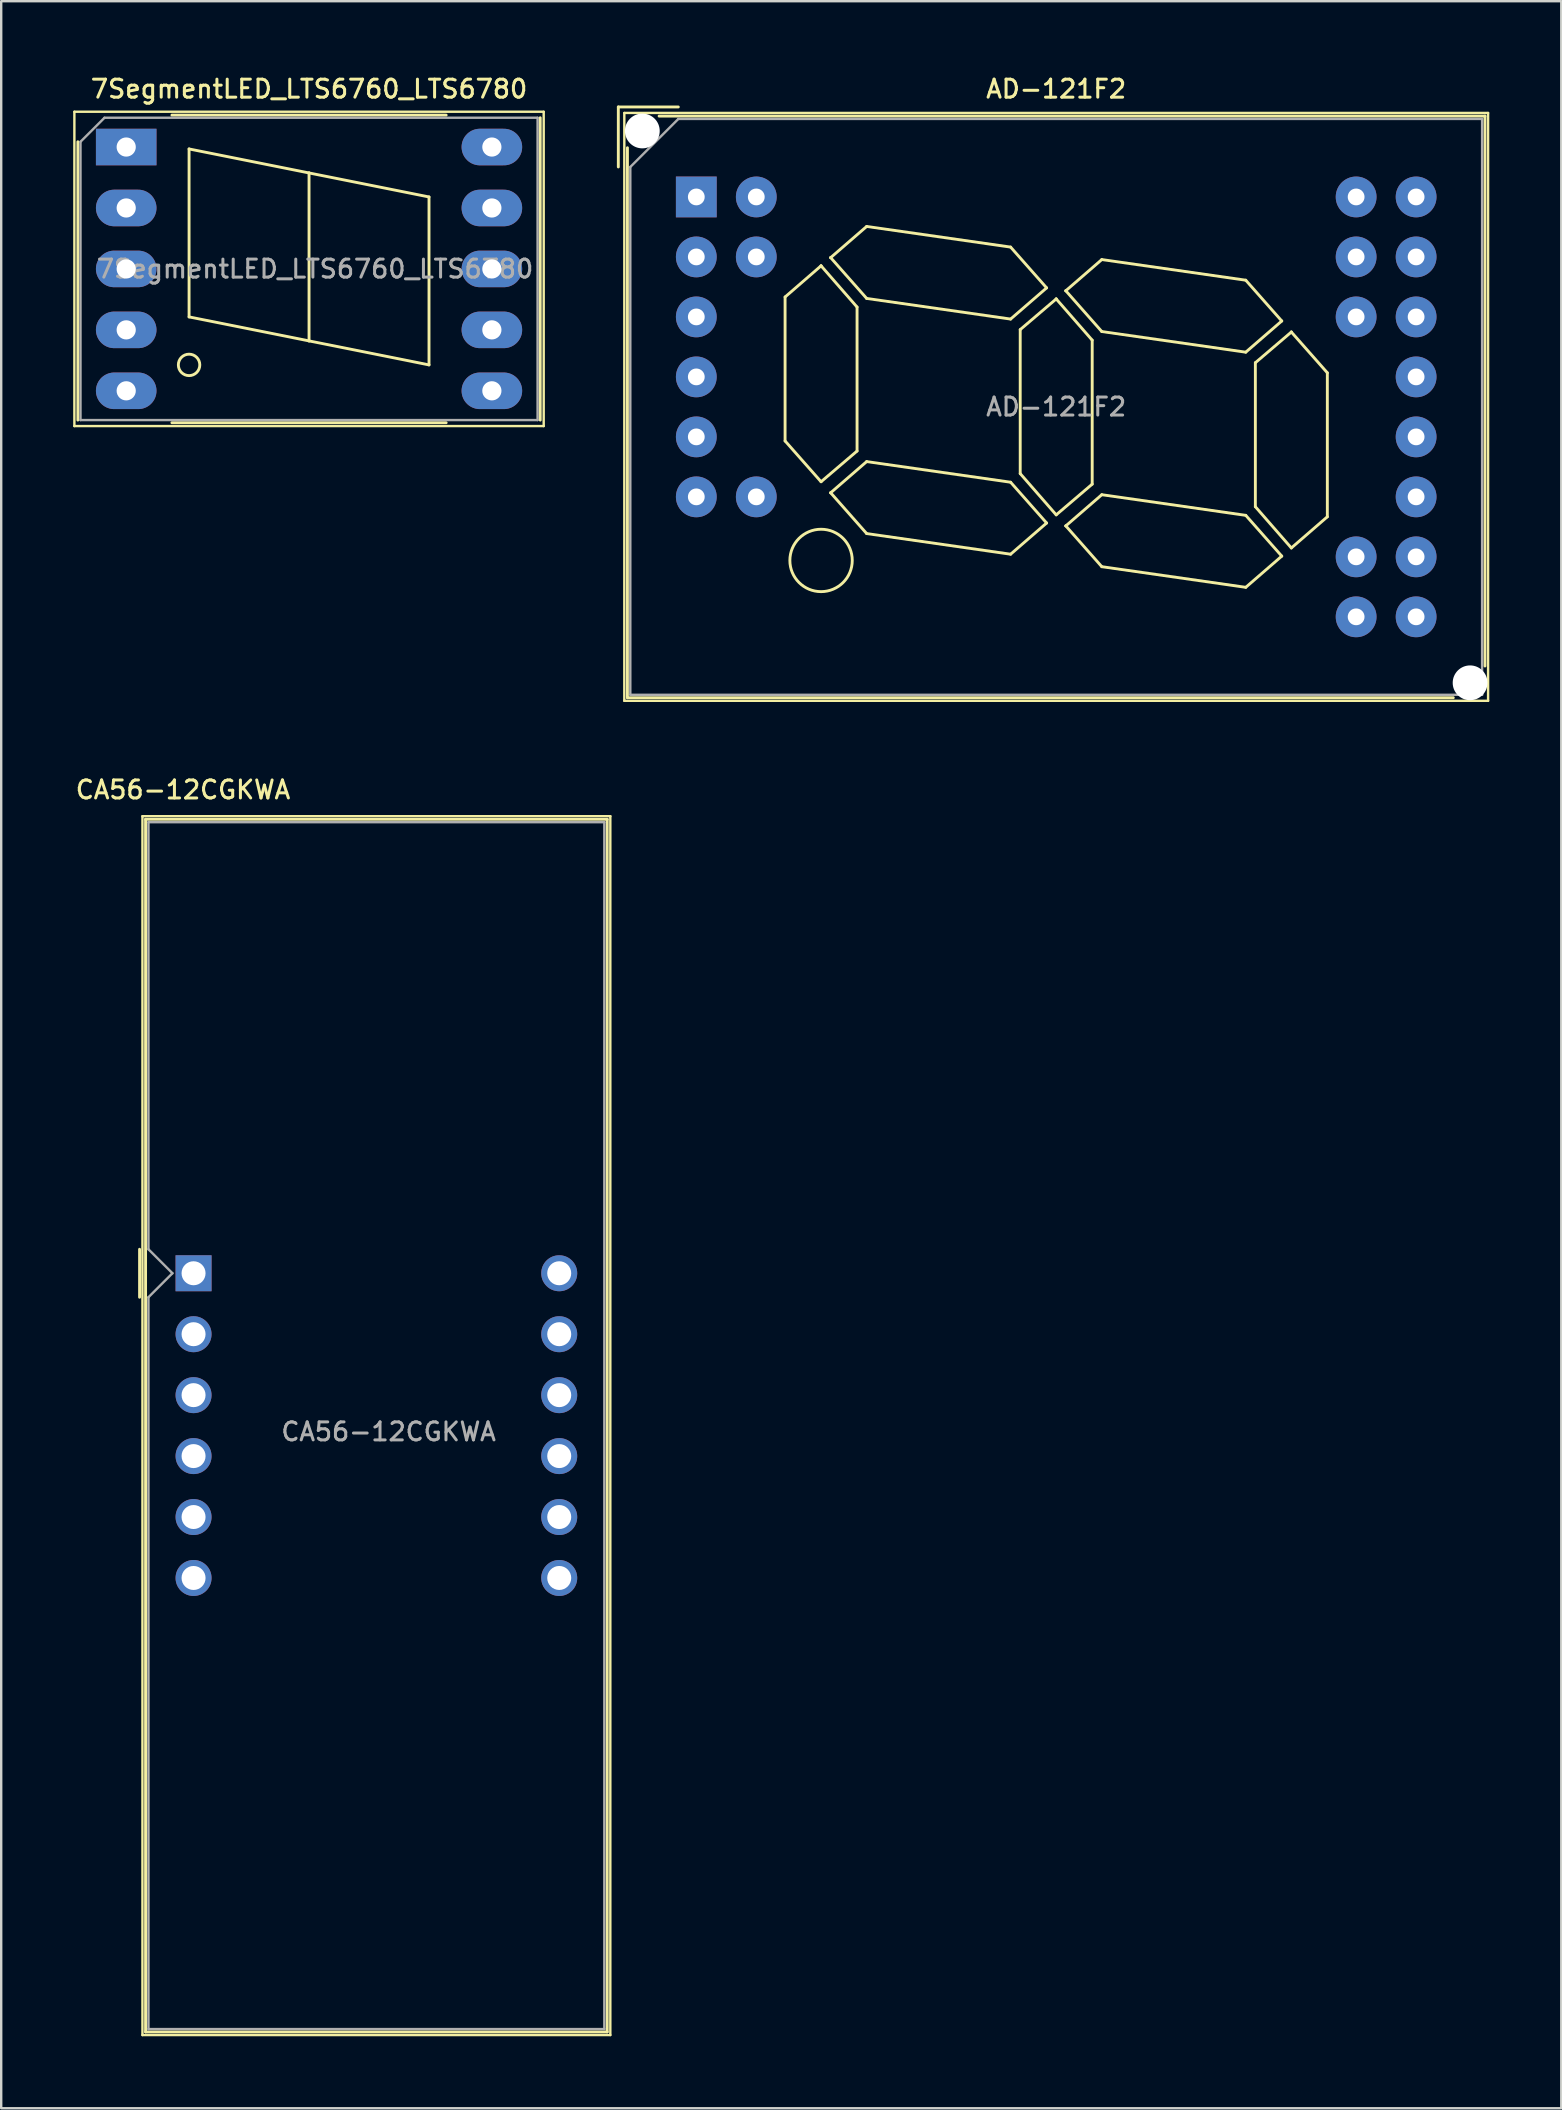
<source format=kicad_pcb>
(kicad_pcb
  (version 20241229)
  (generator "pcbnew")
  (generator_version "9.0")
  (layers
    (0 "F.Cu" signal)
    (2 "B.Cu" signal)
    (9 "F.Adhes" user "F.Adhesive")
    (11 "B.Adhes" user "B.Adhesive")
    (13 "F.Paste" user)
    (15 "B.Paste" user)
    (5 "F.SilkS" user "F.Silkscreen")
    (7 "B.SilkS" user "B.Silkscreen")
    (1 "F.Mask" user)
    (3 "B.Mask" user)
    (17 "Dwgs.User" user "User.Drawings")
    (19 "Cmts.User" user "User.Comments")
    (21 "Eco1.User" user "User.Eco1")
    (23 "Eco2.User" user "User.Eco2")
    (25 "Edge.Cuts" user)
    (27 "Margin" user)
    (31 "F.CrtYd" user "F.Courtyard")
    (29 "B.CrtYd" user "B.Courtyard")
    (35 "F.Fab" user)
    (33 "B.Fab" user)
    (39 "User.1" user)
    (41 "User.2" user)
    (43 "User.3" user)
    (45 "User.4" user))
  (footprint "7SegmentLED_LTS6760_LTS6780"
    (layer "F.Cu")
    (at 2.21 3.078)
    (property "Reference" "7SegmentLED_LTS6760_LTS6780" (at 7.62 -2.42 0) (layer "F.SilkS") (effects (font (size 0.75 0.75) (thickness 0.125))))
    (attr through_hole)
    (fp_line (start -2.16 -1.47) (end -2.16 11.63) (stroke (width 0.1) (type solid)) (layer "F.SilkS"))
    (fp_line (start -2.16 -1.47) (end 17.4 -1.47) (stroke (width 0.1) (type solid)) (layer "F.SilkS"))
    (fp_line (start -2.16 11.63) (end 17.4 11.63) (stroke (width 0.1) (type solid)) (layer "F.SilkS"))
    (fp_line (start -2.015 -0.22) (end -2.015 11.38) (stroke (width 0.12) (type solid)) (layer "F.SilkS"))
    (fp_line (start 1.905 -1.33) (end 13.335 -1.33) (stroke (width 0.12) (type solid)) (layer "F.SilkS"))
    (fp_line (start 1.905 11.49) (end 13.335 11.49) (stroke (width 0.12) (type solid)) (layer "F.SilkS"))
    (fp_line (start 2.62 0.08) (end 2.62 7.08) (stroke (width 0.12) (type solid)) (layer "F.SilkS"))
    (fp_line (start 2.62 7.08) (end 7.62 8.08) (stroke (width 0.12) (type solid)) (layer "F.SilkS"))
    (fp_line (start 7.62 1.08) (end 2.62 0.08) (stroke (width 0.12) (type solid)) (layer "F.SilkS"))
    (fp_line (start 7.62 8.08) (end 7.62 1.08) (stroke (width 0.12) (type solid)) (layer "F.SilkS"))
    (fp_line (start 12.62 2.08) (end 7.62 1.08) (stroke (width 0.12) (type solid)) (layer "F.SilkS"))
    (fp_line (start 12.62 2.08) (end 12.62 9.08) (stroke (width 0.12) (type solid)) (layer "F.SilkS"))
    (fp_line (start 12.62 9.08) (end 7.62 8.08) (stroke (width 0.12) (type solid)) (layer "F.SilkS"))
    (fp_line (start 17.255 11.38) (end 17.255 -1.22) (stroke (width 0.12) (type solid)) (layer "F.SilkS"))
    (fp_line (start 17.4 -1.47) (end 17.4 11.63) (stroke (width 0.1) (type solid)) (layer "F.SilkS"))
    (fp_circle (center 2.62 9.08) (end 3.067 9.08) (stroke (width 0.12) (type solid)) (fill no) (layer "F.SilkS"))
    (fp_line (start -1.905 -0.22) (end -1.905 11.38) (stroke (width 0.1) (type solid)) (layer "F.Fab"))
    (fp_line (start -1.905 11.38) (end 17.145 11.38) (stroke (width 0.1) (type solid)) (layer "F.Fab"))
    (fp_line (start -0.905 -1.22) (end -1.905 -0.22) (stroke (width 0.1) (type solid)) (layer "F.Fab"))
    (fp_line (start -0.905 -1.22) (end 17.145 -1.22) (stroke (width 0.1) (type solid)) (layer "F.Fab"))
    (fp_line (start 17.145 11.38) (end 17.145 -1.22) (stroke (width 0.1) (type solid)) (layer "F.Fab"))
    (fp_text user "${REFERENCE}" (at 7.87 5.08 0) (layer "F.Fab") (effects (font (size 0.75 0.75) (thickness 0.125))))
    (pad "1" thru_hole rect (at 0 0 270) (size 1.524 2.524) (drill 0.8) (layers "*.Cu" "*.Mask"))
    (pad "2" thru_hole oval (at 0 2.54 270) (size 1.524 2.524) (drill 0.8) (layers "*.Cu" "*.Mask"))
    (pad "3" thru_hole oval (at 0 5.08 270) (size 1.524 2.524) (drill 0.8) (layers "*.Cu" "*.Mask"))
    (pad "4" thru_hole oval (at 0 7.62 270) (size 1.524 2.524) (drill 0.8) (layers "*.Cu" "*.Mask"))
    (pad "5" thru_hole oval (at 0 10.16 270) (size 1.524 2.524) (drill 0.8) (layers "*.Cu" "*.Mask"))
    (pad "6" thru_hole oval (at 15.24 10.16 270) (size 1.524 2.524) (drill 0.8) (layers "*.Cu" "*.Mask"))
    (pad "7" thru_hole oval (at 15.24 7.62 270) (size 1.524 2.524) (drill 0.8) (layers "*.Cu" "*.Mask"))
    (pad "8" thru_hole oval (at 15.24 5.08 270) (size 1.524 2.524) (drill 0.8) (layers "*.Cu" "*.Mask"))
    (pad "9" thru_hole oval (at 15.24 2.54 270) (size 1.524 2.524) (drill 0.8) (layers "*.Cu" "*.Mask"))
    (pad "10" thru_hole oval (at 15.24 0 270) (size 1.524 2.524) (drill 0.8) (layers "*.Cu" "*.Mask")))
  (footprint "CA56-12CGKWA"
    (layer "F.Cu")
    (at 5.017 50.016)
    (property "Reference" "CA56-12CGKWA" (at -0.44 -20.15 0) (layer "F.SilkS") (effects (font (size 0.75 0.75) (thickness 0.125))))
    (attr through_hole)
    (fp_line (start -2.25 -1) (end -2.25 1) (stroke (width 0.12) (type solid)) (layer "F.SilkS"))
    (fp_line (start -2.13 -19.05) (end 17.37 -19.05) (stroke (width 0.1) (type solid)) (layer "F.SilkS"))
    (fp_line (start -2.13 31.75) (end -2.13 -19.05) (stroke (width 0.1) (type solid)) (layer "F.SilkS"))
    (fp_line (start -2 -18.92) (end -2 31.62) (stroke (width 0.12) (type solid)) (layer "F.SilkS"))
    (fp_line (start -2 -18.92) (end 17.24 -18.92) (stroke (width 0.12) (type solid)) (layer "F.SilkS"))
    (fp_line (start -2 31.62) (end 17.24 31.62) (stroke (width 0.12) (type solid)) (layer "F.SilkS"))
    (fp_line (start 17.24 31.62) (end 17.24 -18.92) (stroke (width 0.12) (type solid)) (layer "F.SilkS"))
    (fp_line (start 17.37 -19.05) (end 17.37 31.75) (stroke (width 0.1) (type solid)) (layer "F.SilkS"))
    (fp_line (start 17.37 31.75) (end -2.13 31.75) (stroke (width 0.1) (type solid)) (layer "F.SilkS"))
    (fp_line (start -1.88 -18.8) (end 17.12 -18.8) (stroke (width 0.1) (type solid)) (layer "F.Fab"))
    (fp_line (start -1.88 -1) (end -1.88 -18.8) (stroke (width 0.1) (type solid)) (layer "F.Fab"))
    (fp_line (start -1.88 1) (end -1.88 31.5) (stroke (width 0.1) (type solid)) (layer "F.Fab"))
    (fp_line (start -1.88 1) (end -0.88 0) (stroke (width 0.1) (type solid)) (layer "F.Fab"))
    (fp_line (start -1.88 31.5) (end 17.12 31.5) (stroke (width 0.1) (type solid)) (layer "F.Fab"))
    (fp_line (start -0.88 0) (end -1.88 -1) (stroke (width 0.1) (type solid)) (layer "F.Fab"))
    (fp_line (start 17.12 -18.8) (end 17.12 31.5) (stroke (width 0.1) (type solid)) (layer "F.Fab"))
    (fp_text user "${REFERENCE}" (at 8.128 6.604 0) (layer "F.Fab") (effects (font (size 0.75 0.75) (thickness 0.125))))
    (pad "1" thru_hole rect (at 0 0) (size 1.5 1.5) (drill 1) (layers "*.Cu" "*.Mask"))
    (pad "2" thru_hole circle (at 0 2.54) (size 1.5 1.5) (drill 1) (layers "*.Cu" "*.Mask"))
    (pad "3" thru_hole circle (at 0 5.08) (size 1.5 1.5) (drill 1) (layers "*.Cu" "*.Mask"))
    (pad "4" thru_hole circle (at 0 7.62) (size 1.5 1.5) (drill 1) (layers "*.Cu" "*.Mask"))
    (pad "5" thru_hole circle (at 0 10.16) (size 1.5 1.5) (drill 1) (layers "*.Cu" "*.Mask"))
    (pad "6" thru_hole circle (at 0 12.7) (size 1.5 1.5) (drill 1) (layers "*.Cu" "*.Mask"))
    (pad "7" thru_hole circle (at 15.24 12.7) (size 1.5 1.5) (drill 1) (layers "*.Cu" "*.Mask"))
    (pad "8" thru_hole circle (at 15.24 10.16) (size 1.5 1.5) (drill 1) (layers "*.Cu" "*.Mask"))
    (pad "9" thru_hole circle (at 15.24 7.62) (size 1.5 1.5) (drill 1) (layers "*.Cu" "*.Mask"))
    (pad "10" thru_hole circle (at 15.24 5.08) (size 1.5 1.5) (drill 1) (layers "*.Cu" "*.Mask"))
    (pad "11" thru_hole circle (at 15.24 2.54) (size 1.5 1.5) (drill 1) (layers "*.Cu" "*.Mask"))
    (pad "12" thru_hole circle (at 15.24 0) (size 1.5 1.5) (drill 1) (layers "*.Cu" "*.Mask")))
  (footprint "AD-121F2"
    (layer "F.Cu")
    (at 25.97 5.158)
    (property "Reference" "AD-121F2" (at 15 -4.5 0) (layer "F.SilkS") (effects (font (size 0.75 0.75) (thickness 0.125))))
    (attr through_hole)
    (fp_line (start -3.25 -3.75) (end -0.75 -3.75) (stroke (width 0.12) (type solid)) (layer "F.SilkS"))
    (fp_line (start -3.25 -1.25) (end -3.25 -3.75) (stroke (width 0.12) (type solid)) (layer "F.SilkS"))
    (fp_line (start -3 -3.5) (end -3 21) (stroke (width 0.1) (type solid)) (layer "F.SilkS"))
    (fp_line (start -3 21) (end 33 21) (stroke (width 0.1) (type solid)) (layer "F.SilkS"))
    (fp_line (start -2.87 20.87) (end -2.87 -2.05) (stroke (width 0.12) (type solid)) (layer "F.SilkS"))
    (fp_line (start -1.55 -3.37) (end 32.87 -3.37) (stroke (width 0.12) (type solid)) (layer "F.SilkS"))
    (fp_line (start 3.7 4.17) (end 5.2 2.87) (stroke (width 0.12) (type solid)) (layer "F.SilkS"))
    (fp_line (start 3.7 10.17) (end 3.7 4.17) (stroke (width 0.12) (type solid)) (layer "F.SilkS"))
    (fp_line (start 5.2 2.87) (end 5.2 2.87) (stroke (width 0.12) (type solid)) (layer "F.SilkS"))
    (fp_line (start 5.2 2.87) (end 6.7 4.59) (stroke (width 0.12) (type solid)) (layer "F.SilkS"))
    (fp_line (start 5.2 11.87) (end 3.7 10.17) (stroke (width 0.12) (type solid)) (layer "F.SilkS"))
    (fp_line (start 5.6 2.53) (end 5.6 2.53) (stroke (width 0.12) (type solid)) (layer "F.SilkS"))
    (fp_line (start 5.6 2.53) (end 7.1 4.23) (stroke (width 0.12) (type solid)) (layer "F.SilkS"))
    (fp_line (start 5.6 12.33) (end 5.6 12.33) (stroke (width 0.12) (type solid)) (layer "F.SilkS"))
    (fp_line (start 5.6 12.33) (end 7.1 14.03) (stroke (width 0.12) (type solid)) (layer "F.SilkS"))
    (fp_line (start 6.7 4.59) (end 6.7 10.59) (stroke (width 0.12) (type solid)) (layer "F.SilkS"))
    (fp_line (start 6.7 10.59) (end 5.2 11.87) (stroke (width 0.12) (type solid)) (layer "F.SilkS"))
    (fp_line (start 7.1 1.23) (end 5.6 2.53) (stroke (width 0.12) (type solid)) (layer "F.SilkS"))
    (fp_line (start 7.1 4.23) (end 13.1 5.09) (stroke (width 0.12) (type solid)) (layer "F.SilkS"))
    (fp_line (start 7.1 11.03) (end 5.6 12.33) (stroke (width 0.12) (type solid)) (layer "F.SilkS"))
    (fp_line (start 7.1 14.03) (end 13.1 14.89) (stroke (width 0.12) (type solid)) (layer "F.SilkS"))
    (fp_line (start 13.1 2.09) (end 7.1 1.23) (stroke (width 0.12) (type solid)) (layer "F.SilkS"))
    (fp_line (start 13.1 5.09) (end 14.6 3.79) (stroke (width 0.12) (type solid)) (layer "F.SilkS"))
    (fp_line (start 13.1 11.89) (end 7.1 11.03) (stroke (width 0.12) (type solid)) (layer "F.SilkS"))
    (fp_line (start 13.1 14.89) (end 14.6 13.59) (stroke (width 0.12) (type solid)) (layer "F.SilkS"))
    (fp_line (start 13.5 5.53) (end 15 4.25) (stroke (width 0.12) (type solid)) (layer "F.SilkS"))
    (fp_line (start 13.5 11.53) (end 13.5 5.53) (stroke (width 0.12) (type solid)) (layer "F.SilkS"))
    (fp_line (start 14.6 3.79) (end 13.1 2.09) (stroke (width 0.12) (type solid)) (layer "F.SilkS"))
    (fp_line (start 14.6 13.59) (end 13.1 11.89) (stroke (width 0.12) (type solid)) (layer "F.SilkS"))
    (fp_line (start 15 4.25) (end 15 4.25) (stroke (width 0.12) (type solid)) (layer "F.SilkS"))
    (fp_line (start 15 4.25) (end 16.5 5.97) (stroke (width 0.12) (type solid)) (layer "F.SilkS"))
    (fp_line (start 15 13.25) (end 13.5 11.53) (stroke (width 0.12) (type solid)) (layer "F.SilkS"))
    (fp_line (start 15.4 3.91) (end 15.4 3.91) (stroke (width 0.12) (type solid)) (layer "F.SilkS"))
    (fp_line (start 15.4 3.91) (end 16.9 5.61) (stroke (width 0.12) (type solid)) (layer "F.SilkS"))
    (fp_line (start 15.4 13.71) (end 15.4 13.71) (stroke (width 0.12) (type solid)) (layer "F.SilkS"))
    (fp_line (start 15.4 13.71) (end 16.9 15.41) (stroke (width 0.12) (type solid)) (layer "F.SilkS"))
    (fp_line (start 16.5 5.97) (end 16.5 11.97) (stroke (width 0.12) (type solid)) (layer "F.SilkS"))
    (fp_line (start 16.5 11.97) (end 15 13.25) (stroke (width 0.12) (type solid)) (layer "F.SilkS"))
    (fp_line (start 16.9 2.61) (end 15.4 3.91) (stroke (width 0.12) (type solid)) (layer "F.SilkS"))
    (fp_line (start 16.9 5.61) (end 22.9 6.47) (stroke (width 0.12) (type solid)) (layer "F.SilkS"))
    (fp_line (start 16.9 12.41) (end 15.4 13.71) (stroke (width 0.12) (type solid)) (layer "F.SilkS"))
    (fp_line (start 16.9 15.41) (end 22.9 16.27) (stroke (width 0.12) (type solid)) (layer "F.SilkS"))
    (fp_line (start 22.9 3.47) (end 16.9 2.61) (stroke (width 0.12) (type solid)) (layer "F.SilkS"))
    (fp_line (start 22.9 6.47) (end 24.4 5.17) (stroke (width 0.12) (type solid)) (layer "F.SilkS"))
    (fp_line (start 22.9 13.27) (end 16.9 12.41) (stroke (width 0.12) (type solid)) (layer "F.SilkS"))
    (fp_line (start 22.9 16.27) (end 24.4 14.97) (stroke (width 0.12) (type solid)) (layer "F.SilkS"))
    (fp_line (start 23.3 6.91) (end 24.8 5.63) (stroke (width 0.12) (type solid)) (layer "F.SilkS"))
    (fp_line (start 23.3 12.91) (end 23.3 6.91) (stroke (width 0.12) (type solid)) (layer "F.SilkS"))
    (fp_line (start 24.4 5.17) (end 22.9 3.47) (stroke (width 0.12) (type solid)) (layer "F.SilkS"))
    (fp_line (start 24.4 14.97) (end 22.9 13.27) (stroke (width 0.12) (type solid)) (layer "F.SilkS"))
    (fp_line (start 24.8 5.63) (end 24.8 5.63) (stroke (width 0.12) (type solid)) (layer "F.SilkS"))
    (fp_line (start 24.8 5.63) (end 26.3 7.33) (stroke (width 0.12) (type solid)) (layer "F.SilkS"))
    (fp_line (start 24.8 14.63) (end 23.3 12.91) (stroke (width 0.12) (type solid)) (layer "F.SilkS"))
    (fp_line (start 26.3 7.33) (end 26.3 13.33) (stroke (width 0.12) (type solid)) (layer "F.SilkS"))
    (fp_line (start 26.3 13.33) (end 24.8 14.63) (stroke (width 0.12) (type solid)) (layer "F.SilkS"))
    (fp_line (start 31.55 20.87) (end -2.87 20.87) (stroke (width 0.12) (type solid)) (layer "F.SilkS"))
    (fp_line (start 32.87 -3.37) (end 32.87 19.55) (stroke (width 0.12) (type solid)) (layer "F.SilkS"))
    (fp_line (start 33 -3.5) (end -3 -3.5) (stroke (width 0.1) (type solid)) (layer "F.SilkS"))
    (fp_line (start 33 21) (end 33 -3.5) (stroke (width 0.1) (type solid)) (layer "F.SilkS"))
    (fp_circle (center 5.2 15.15) (end 6.5 15.15) (stroke (width 0.12) (type solid)) (fill no) (layer "F.SilkS"))
    (fp_line (start -2.75 -1.25) (end -0.75 -3.25) (stroke (width 0.1) (type solid)) (layer "F.Fab"))
    (fp_line (start -2.75 20.75) (end -2.75 -1.25) (stroke (width 0.1) (type solid)) (layer "F.Fab"))
    (fp_line (start -0.75 -3.25) (end 32.75 -3.25) (stroke (width 0.1) (type solid)) (layer "F.Fab"))
    (fp_line (start 32.75 -3.25) (end 32.75 20.75) (stroke (width 0.1) (type solid)) (layer "F.Fab"))
    (fp_line (start 32.75 20.75) (end -2.75 20.75) (stroke (width 0.1) (type solid)) (layer "F.Fab"))
    (fp_text user "${REFERENCE}" (at 15 8.75 0) (layer "F.Fab") (effects (font (size 0.75 0.75) (thickness 0.125))))
    (pad "" np_thru_hole circle (at -2.25 -2.75) (size 1.45 1.45) (drill 1.45) (layers "*.Cu" "*.Mask"))
    (pad "" np_thru_hole circle (at 32.25 20.25) (size 1.45 1.45) (drill 1.45) (layers "*.Cu" "*.Mask"))
    (pad "1" thru_hole rect (at 0 0) (size 1.7 1.7) (drill 0.7) (layers "*.Cu" "*.Mask"))
    (pad "2" thru_hole circle (at 0 2.5) (size 1.7 1.7) (drill 0.7) (layers "*.Cu" "*.Mask"))
    (pad "3" thru_hole circle (at 0 5) (size 1.7 1.7) (drill 0.7) (layers "*.Cu" "*.Mask"))
    (pad "4" thru_hole circle (at 0 7.5) (size 1.7 1.7) (drill 0.7) (layers "*.Cu" "*.Mask"))
    (pad "5" thru_hole circle (at 0 10) (size 1.7 1.7) (drill 0.7) (layers "*.Cu" "*.Mask"))
    (pad "6" thru_hole circle (at 0 12.5) (size 1.7 1.7) (drill 0.7) (layers "*.Cu" "*.Mask"))
    (pad "9" thru_hole circle (at 2.5 0) (size 1.7 1.7) (drill 0.7) (layers "*.Cu" "*.Mask"))
    (pad "10" thru_hole circle (at 2.5 2.5) (size 1.7 1.7) (drill 0.7) (layers "*.Cu" "*.Mask"))
    (pad "11" thru_hole circle (at 2.5 12.5) (size 1.7 1.7) (drill 0.7) (layers "*.Cu" "*.Mask"))
    (pad "13" thru_hole circle (at 27.5 0) (size 1.7 1.7) (drill 0.7) (layers "*.Cu" "*.Mask"))
    (pad "14" thru_hole circle (at 27.5 2.5) (size 1.7 1.7) (drill 0.7) (layers "*.Cu" "*.Mask"))
    (pad "15" thru_hole circle (at 27.5 5) (size 1.7 1.7) (drill 0.7) (layers "*.Cu" "*.Mask"))
    (pad "16" thru_hole circle (at 27.5 15) (size 1.7 1.7) (drill 0.7) (layers "*.Cu" "*.Mask"))
    (pad "17" thru_hole circle (at 27.5 17.5) (size 1.7 1.7) (drill 0.7) (layers "*.Cu" "*.Mask"))
    (pad "18" thru_hole circle (at 30 0) (size 1.7 1.7) (drill 0.7) (layers "*.Cu" "*.Mask"))
    (pad "19" thru_hole circle (at 30 2.5) (size 1.7 1.7) (drill 0.7) (layers "*.Cu" "*.Mask"))
    (pad "20" thru_hole circle (at 30 5) (size 1.7 1.7) (drill 0.7) (layers "*.Cu" "*.Mask"))
    (pad "21" thru_hole circle (at 30 7.5) (size 1.7 1.7) (drill 0.7) (layers "*.Cu" "*.Mask"))
    (pad "22" thru_hole circle (at 30 10) (size 1.7 1.7) (drill 0.7) (layers "*.Cu" "*.Mask"))
    (pad "23" thru_hole circle (at 30 12.5) (size 1.7 1.7) (drill 0.7) (layers "*.Cu" "*.Mask"))
    (pad "24" thru_hole circle (at 30 15) (size 1.7 1.7) (drill 0.7) (layers "*.Cu" "*.Mask"))
    (pad "25" thru_hole circle (at 30 17.5) (size 1.7 1.7) (drill 0.7) (layers "*.Cu" "*.Mask")))
  (gr_rect
    (start -3 -3)
    (end 62.02 84.816)
    (stroke (width 0.1) (type default))
    (fill no)
    (layer "Edge.Cuts")))
</source>
